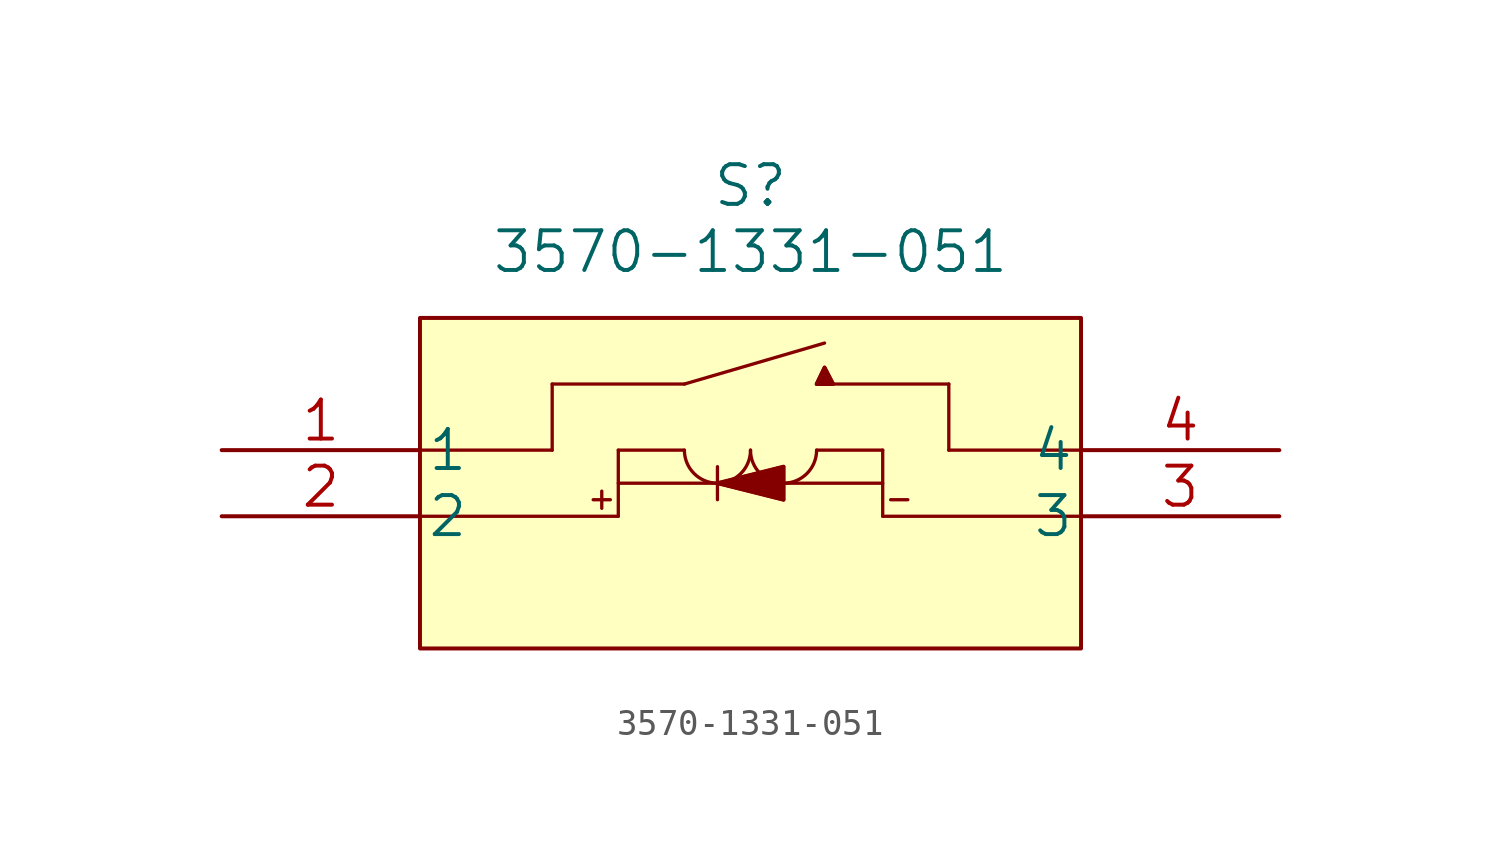
<source format=kicad_sym>
(kicad_symbol_lib
  (version 20210619)
  (generator kicad_symbol_editor)
  (symbol "3570-1331-051:3570-1331-051"
    (pin_names
      (offset 0.254))
    (property "Reference" "S"
      (at 20.32 10.16 0)
      (effects (font (size 1.524 1.524))))
    (property "Value" "3570-1331-051"
      (at 20.32 7.62 0)
      (effects (font (size 1.524 1.524))))
    (property "Datasheet" ""
      (at 0 0 0)
      (effects (font (size 1.524 1.524))))
    (property "ki_locked" ""
      (at 0 0 0)
      (effects (font (size 1.27 1.27))))
    (symbol "3570-1331-051_0_1"
      (rectangle (start 7.62 5.08) (end 33.02 -7.62) (stroke (width 0.152)) (fill (type background))))
    (symbol "3570-1331-051_1_1"
      (arc (start 17.78 0) (end 20.32 0) (radius (at 19.05 0) (length 1.27) (angles 0 179.9)) (stroke (width 0.127)) (fill (type none)))
      (arc (start 20.32 0) (end 22.86 0) (radius (at 21.59 0) (length 1.27) (angles 0 179.9)) (stroke (width 0.127)) (fill (type none)))
      (polyline (pts (xy 7.62 0) (xy 12.7 0)) (stroke (width 0.127)) (fill (type none)))
      (polyline (pts (xy 12.7 0) (xy 12.7 2.54)) (stroke (width 0.127)) (fill (type none)))
      (polyline (pts (xy 12.7 2.54) (xy 17.78 2.54)) (stroke (width 0.127)) (fill (type none)))
      (polyline (pts (xy 14.275 -1.905) (xy 14.935 -1.905)) (stroke (width 0.127)) (fill (type none)))
      (polyline (pts (xy 14.605 -1.575) (xy 14.605 -2.235)) (stroke (width 0.127)) (fill (type none)))
      (polyline (pts (xy 15.24 -2.54) (xy 7.62 -2.54)) (stroke (width 0.127)) (fill (type none)))
      (polyline (pts (xy 15.24 -1.27) (xy 25.4 -1.27)) (stroke (width 0.127)) (fill (type none)))
      (polyline (pts (xy 15.24 0) (xy 15.24 -2.54)) (stroke (width 0.127)) (fill (type none)))
      (polyline (pts (xy 15.24 0) (xy 17.78 0)) (stroke (width 0.127)) (fill (type none)))
      (polyline (pts (xy 17.78 2.54) (xy 23.165 4.115)) (stroke (width 0.127)) (fill (type none)))
      (polyline (pts (xy 19.05 -1.27) (xy 21.59 -0.635)) (stroke (width 0.127)) (fill (type none)))
      (polyline (pts (xy 19.05 -0.635) (xy 19.05 -1.905)) (stroke (width 0.127)) (fill (type none)))
      (polyline (pts (xy 21.59 -1.905) (xy 19.05 -1.27)) (stroke (width 0.127)) (fill (type none)))
      (polyline (pts (xy 21.59 -1.905) (xy 21.59 -0.635)) (stroke (width 0.127)) (fill (type none)))
      (polyline (pts (xy 22.86 2.54) (xy 23.165 3.175)) (stroke (width 0.127)) (fill (type none)))
      (polyline (pts (xy 22.86 2.54) (xy 27.94 2.54)) (stroke (width 0.127)) (fill (type none)))
      (polyline (pts (xy 23.165 3.175) (xy 23.495 2.54)) (stroke (width 0.127)) (fill (type none)))
      (polyline (pts (xy 25.4 -2.54) (xy 33.02 -2.54)) (stroke (width 0.127)) (fill (type none)))
      (polyline (pts (xy 25.4 0) (xy 22.86 0)) (stroke (width 0.127)) (fill (type none)))
      (polyline (pts (xy 25.4 0) (xy 25.4 -2.54)) (stroke (width 0.127)) (fill (type none)))
      (polyline (pts (xy 25.705 -1.905) (xy 26.365 -1.905)) (stroke (width 0.127)) (fill (type none)))
      (polyline (pts (xy 27.94 0) (xy 27.94 2.54)) (stroke (width 0.127)) (fill (type none)))
      (polyline (pts (xy 33.02 0) (xy 27.94 0)) (stroke (width 0.127)) (fill (type none)))
      (polyline (pts (xy 19.05 -1.27) (xy 21.59 -0.635) (xy 21.59 -1.905) (xy 19.05 -1.27)) (stroke (width 0)) (fill (type outline)))
      (polyline (pts (xy 22.86 2.54) (xy 23.165 3.175) (xy 23.495 2.54) (xy 22.86 2.54)) (stroke (width 0)) (fill (type outline)))
      (pin unspecified line (at 0 0 0) (length 7.62) (name "1" (effects (font (size 1.499 1.499)))) (number "1" (effects (font (size 1.499 1.499)))))
      (pin unspecified line (at 0 -2.54 0) (length 7.62) (name "2" (effects (font (size 1.499 1.499)))) (number "2" (effects (font (size 1.499 1.499)))))
      (pin unspecified line (at 40.64 -2.54 180) (length 7.62) (name "3" (effects (font (size 1.499 1.499)))) (number "3" (effects (font (size 1.499 1.499)))))
      (pin unspecified line (at 40.64 0 180) (length 7.62) (name "4" (effects (font (size 1.499 1.499)))) (number "4" (effects (font (size 1.499 1.499))))))))
</source>
